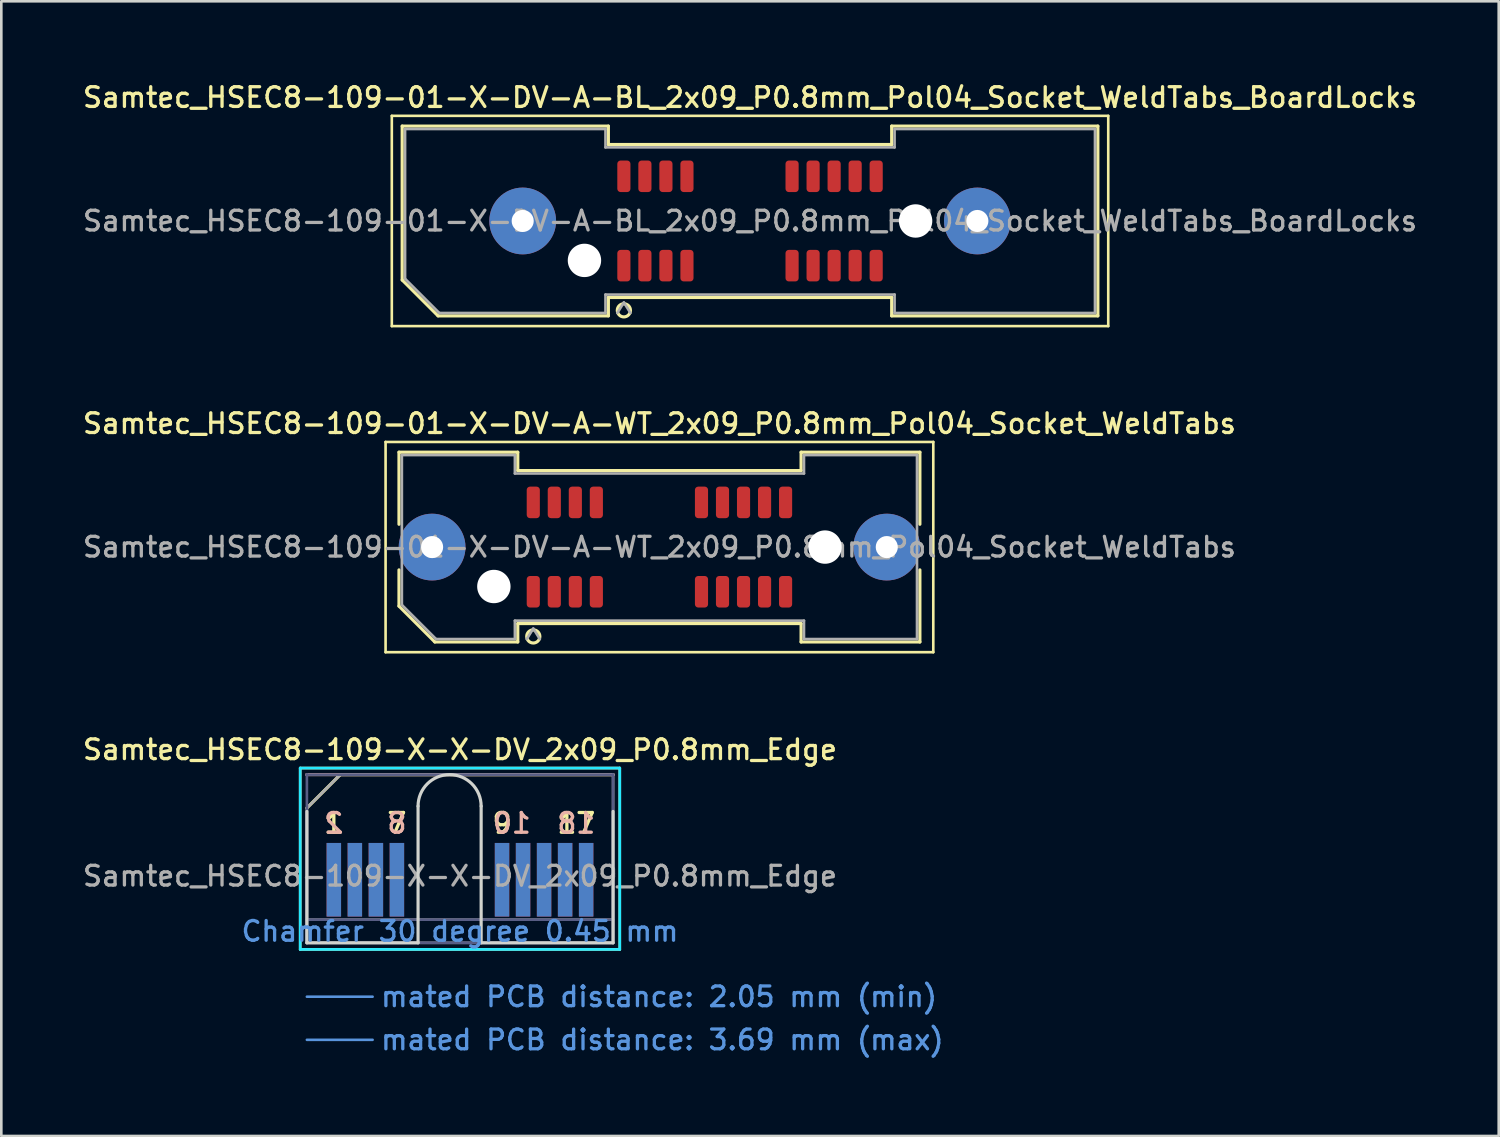
<source format=kicad_pcb>
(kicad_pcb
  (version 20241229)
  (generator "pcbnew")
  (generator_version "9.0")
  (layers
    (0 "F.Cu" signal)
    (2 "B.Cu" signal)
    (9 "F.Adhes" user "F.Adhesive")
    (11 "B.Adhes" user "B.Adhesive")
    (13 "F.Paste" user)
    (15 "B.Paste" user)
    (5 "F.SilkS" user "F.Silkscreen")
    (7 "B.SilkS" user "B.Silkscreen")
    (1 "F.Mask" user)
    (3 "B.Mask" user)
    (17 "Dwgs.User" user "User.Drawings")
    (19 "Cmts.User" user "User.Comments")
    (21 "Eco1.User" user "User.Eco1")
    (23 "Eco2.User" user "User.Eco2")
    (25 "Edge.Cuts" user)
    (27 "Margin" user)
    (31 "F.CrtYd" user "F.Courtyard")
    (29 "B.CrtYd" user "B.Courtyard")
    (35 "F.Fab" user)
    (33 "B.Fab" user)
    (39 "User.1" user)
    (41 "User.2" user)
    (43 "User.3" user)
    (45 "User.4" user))
  (footprint "Samtec_HSEC8-109-01-X-DV-A-BL_2x09_P0.8mm_Pol04_Socket_WeldTabs_BoardLocks"
    (layer "F.Cu")
    (at 25.488 5.358)
    (property "Reference" "Samtec_HSEC8-109-01-X-DV-A-BL_2x09_P0.8mm_Pol04_Socket_WeldTabs_BoardLocks" (at 0 -4.7 0) (layer "F.SilkS") (effects (font (size 0.75 0.75) (thickness 0.125))))
    (attr smd)
    (fp_line (start -13.63 -4) (end -13.63 4) (stroke (width 0.1) (type solid)) (layer "F.SilkS"))
    (fp_line (start -13.63 4) (end 13.63 4) (stroke (width 0.1) (type solid)) (layer "F.SilkS"))
    (fp_line (start -13.235 -3.61) (end -5.39 -3.61) (stroke (width 0.12) (type solid)) (layer "F.SilkS"))
    (fp_line (start -13.235 2.246) (end -13.235 -3.61) (stroke (width 0.12) (type solid)) (layer "F.SilkS"))
    (fp_line (start -11.871 3.61) (end -13.235 2.246) (stroke (width 0.12) (type solid)) (layer "F.SilkS"))
    (fp_line (start -5.39 -3.61) (end -5.39 -2.91) (stroke (width 0.12) (type solid)) (layer "F.SilkS"))
    (fp_line (start -5.39 -2.91) (end 5.39 -2.91) (stroke (width 0.12) (type solid)) (layer "F.SilkS"))
    (fp_line (start -5.39 2.91) (end -5.39 3.61) (stroke (width 0.12) (type solid)) (layer "F.SilkS"))
    (fp_line (start -5.39 3.61) (end -11.871 3.61) (stroke (width 0.12) (type solid)) (layer "F.SilkS"))
    (fp_line (start 5.39 -3.61) (end 13.235 -3.61) (stroke (width 0.12) (type solid)) (layer "F.SilkS"))
    (fp_line (start 5.39 -2.91) (end 5.39 -3.61) (stroke (width 0.12) (type solid)) (layer "F.SilkS"))
    (fp_line (start 5.39 2.91) (end -5.39 2.91) (stroke (width 0.12) (type solid)) (layer "F.SilkS"))
    (fp_line (start 5.39 3.61) (end 5.39 2.91) (stroke (width 0.12) (type solid)) (layer "F.SilkS"))
    (fp_line (start 13.235 -3.61) (end 13.235 3.61) (stroke (width 0.12) (type solid)) (layer "F.SilkS"))
    (fp_line (start 13.235 3.61) (end 5.39 3.61) (stroke (width 0.12) (type solid)) (layer "F.SilkS"))
    (fp_line (start 13.63 -4) (end -13.63 -4) (stroke (width 0.1) (type solid)) (layer "F.SilkS"))
    (fp_line (start 13.63 4) (end 13.63 -4) (stroke (width 0.1) (type solid)) (layer "F.SilkS"))
    (fp_circle (center -4.8 3.4) (end -4.55 3.4) (stroke (width 0.12) (type solid)) (fill no) (layer "F.SilkS"))
    (fp_line (start -13.125 -3.5) (end -5.5 -3.5) (stroke (width 0.1) (type solid)) (layer "F.Fab"))
    (fp_line (start -13.125 2.2) (end -13.125 -3.5) (stroke (width 0.1) (type solid)) (layer "F.Fab"))
    (fp_line (start -11.825 3.5) (end -13.125 2.2) (stroke (width 0.1) (type solid)) (layer "F.Fab"))
    (fp_line (start -5.5 -3.5) (end -5.5 -2.8) (stroke (width 0.1) (type solid)) (layer "F.Fab"))
    (fp_line (start -5.5 -2.8) (end 5.5 -2.8) (stroke (width 0.1) (type solid)) (layer "F.Fab"))
    (fp_line (start -5.5 2.8) (end -5.5 3.5) (stroke (width 0.1) (type solid)) (layer "F.Fab"))
    (fp_line (start -5.5 3.5) (end -11.825 3.5) (stroke (width 0.1) (type solid)) (layer "F.Fab"))
    (fp_line (start -4.8 3.1) (end -5.05 3.5) (stroke (width 0.1) (type solid)) (layer "F.Fab"))
    (fp_line (start -4.8 3.1) (end -4.55 3.5) (stroke (width 0.1) (type solid)) (layer "F.Fab"))
    (fp_line (start 5.5 -3.5) (end 13.125 -3.5) (stroke (width 0.1) (type solid)) (layer "F.Fab"))
    (fp_line (start 5.5 -2.8) (end 5.5 -3.5) (stroke (width 0.1) (type solid)) (layer "F.Fab"))
    (fp_line (start 5.5 2.8) (end -5.5 2.8) (stroke (width 0.1) (type solid)) (layer "F.Fab"))
    (fp_line (start 5.5 3.5) (end 5.5 2.8) (stroke (width 0.1) (type solid)) (layer "F.Fab"))
    (fp_line (start 13.125 -3.5) (end 13.125 3.5) (stroke (width 0.1) (type solid)) (layer "F.Fab"))
    (fp_line (start 13.125 3.5) (end 5.5 3.5) (stroke (width 0.1) (type solid)) (layer "F.Fab"))
    (fp_text user "${REFERENCE}" (at 0 0 0) (layer "F.Fab") (effects (font (size 0.75 0.75) (thickness 0.125))))
    (pad "" thru_hole circle (at -8.65 0) (size 2.54 2.54) (drill 0.84) (layers "*.Cu" "*.Mask" "F.Paste"))
    (pad "" np_thru_hole circle (at -6.3 1.5) (size 1.27 1.27) (drill 1.27) (layers "*.Cu" "*.Mask"))
    (pad "" np_thru_hole circle (at 6.3 0) (size 1.27 1.27) (drill 1.27) (layers "*.Cu" "*.Mask"))
    (pad "" thru_hole circle (at 8.65 0) (size 2.54 2.54) (drill 0.84) (layers "*.Cu" "*.Mask" "F.Paste"))
    (pad "1" smd roundrect (at -4.8 1.7) (size 0.5 1.2) (layers "F.Cu" "F.Mask" "F.Paste") (roundrect_rratio 0.25))
    (pad "2" smd roundrect (at -4.8 -1.7) (size 0.5 1.2) (layers "F.Cu" "F.Mask" "F.Paste") (roundrect_rratio 0.25))
    (pad "3" smd roundrect (at -4 1.7) (size 0.5 1.2) (layers "F.Cu" "F.Mask" "F.Paste") (roundrect_rratio 0.25))
    (pad "4" smd roundrect (at -4 -1.7) (size 0.5 1.2) (layers "F.Cu" "F.Mask" "F.Paste") (roundrect_rratio 0.25))
    (pad "5" smd roundrect (at -3.2 1.7) (size 0.5 1.2) (layers "F.Cu" "F.Mask" "F.Paste") (roundrect_rratio 0.25))
    (pad "6" smd roundrect (at -3.2 -1.7) (size 0.5 1.2) (layers "F.Cu" "F.Mask" "F.Paste") (roundrect_rratio 0.25))
    (pad "7" smd roundrect (at -2.4 1.7) (size 0.5 1.2) (layers "F.Cu" "F.Mask" "F.Paste") (roundrect_rratio 0.25))
    (pad "8" smd roundrect (at -2.4 -1.7) (size 0.5 1.2) (layers "F.Cu" "F.Mask" "F.Paste") (roundrect_rratio 0.25))
    (pad "9" smd roundrect (at 1.6 1.7) (size 0.5 1.2) (layers "F.Cu" "F.Mask" "F.Paste") (roundrect_rratio 0.25))
    (pad "10" smd roundrect (at 1.6 -1.7) (size 0.5 1.2) (layers "F.Cu" "F.Mask" "F.Paste") (roundrect_rratio 0.25))
    (pad "11" smd roundrect (at 2.4 1.7) (size 0.5 1.2) (layers "F.Cu" "F.Mask" "F.Paste") (roundrect_rratio 0.25))
    (pad "12" smd roundrect (at 2.4 -1.7) (size 0.5 1.2) (layers "F.Cu" "F.Mask" "F.Paste") (roundrect_rratio 0.25))
    (pad "13" smd roundrect (at 3.2 1.7) (size 0.5 1.2) (layers "F.Cu" "F.Mask" "F.Paste") (roundrect_rratio 0.25))
    (pad "14" smd roundrect (at 3.2 -1.7) (size 0.5 1.2) (layers "F.Cu" "F.Mask" "F.Paste") (roundrect_rratio 0.25))
    (pad "15" smd roundrect (at 4 1.7) (size 0.5 1.2) (layers "F.Cu" "F.Mask" "F.Paste") (roundrect_rratio 0.25))
    (pad "16" smd roundrect (at 4 -1.7) (size 0.5 1.2) (layers "F.Cu" "F.Mask" "F.Paste") (roundrect_rratio 0.25))
    (pad "17" smd roundrect (at 4.8 1.7) (size 0.5 1.2) (layers "F.Cu" "F.Mask" "F.Paste") (roundrect_rratio 0.25))
    (pad "18" smd roundrect (at 4.8 -1.7) (size 0.5 1.2) (layers "F.Cu" "F.Mask" "F.Paste") (roundrect_rratio 0.25)))
  (footprint "Samtec_HSEC8-109-01-X-DV-A-WT_2x09_P0.8mm_Pol04_Socket_WeldTabs"
    (layer "F.Cu")
    (at 22.041 17.766)
    (property "Reference" "Samtec_HSEC8-109-01-X-DV-A-WT_2x09_P0.8mm_Pol04_Socket_WeldTabs" (at 0 -4.7 0) (layer "F.SilkS") (effects (font (size 0.75 0.75) (thickness 0.125))))
    (attr smd)
    (fp_line (start -10.42 -4) (end -10.42 4) (stroke (width 0.1) (type solid)) (layer "F.SilkS"))
    (fp_line (start -10.42 4) (end 10.42 4) (stroke (width 0.1) (type solid)) (layer "F.SilkS"))
    (fp_line (start -9.91 -3.61) (end -5.39 -3.61) (stroke (width 0.12) (type solid)) (layer "F.SilkS"))
    (fp_line (start -9.91 -0.868) (end -9.91 -3.61) (stroke (width 0.12) (type solid)) (layer "F.SilkS"))
    (fp_line (start -9.91 2.246) (end -9.91 0.868) (stroke (width 0.12) (type solid)) (layer "F.SilkS"))
    (fp_line (start -8.546 3.61) (end -9.91 2.246) (stroke (width 0.12) (type solid)) (layer "F.SilkS"))
    (fp_line (start -5.39 -3.61) (end -5.39 -2.91) (stroke (width 0.12) (type solid)) (layer "F.SilkS"))
    (fp_line (start -5.39 -2.91) (end 5.39 -2.91) (stroke (width 0.12) (type solid)) (layer "F.SilkS"))
    (fp_line (start -5.39 2.91) (end -5.39 3.61) (stroke (width 0.12) (type solid)) (layer "F.SilkS"))
    (fp_line (start -5.39 3.61) (end -8.546 3.61) (stroke (width 0.12) (type solid)) (layer "F.SilkS"))
    (fp_line (start 5.39 -3.61) (end 9.91 -3.61) (stroke (width 0.12) (type solid)) (layer "F.SilkS"))
    (fp_line (start 5.39 -2.91) (end 5.39 -3.61) (stroke (width 0.12) (type solid)) (layer "F.SilkS"))
    (fp_line (start 5.39 2.91) (end -5.39 2.91) (stroke (width 0.12) (type solid)) (layer "F.SilkS"))
    (fp_line (start 5.39 3.61) (end 5.39 2.91) (stroke (width 0.12) (type solid)) (layer "F.SilkS"))
    (fp_line (start 9.91 -3.61) (end 9.91 -0.868) (stroke (width 0.12) (type solid)) (layer "F.SilkS"))
    (fp_line (start 9.91 0.868) (end 9.91 3.61) (stroke (width 0.12) (type solid)) (layer "F.SilkS"))
    (fp_line (start 9.91 3.61) (end 5.39 3.61) (stroke (width 0.12) (type solid)) (layer "F.SilkS"))
    (fp_line (start 10.42 -4) (end -10.42 -4) (stroke (width 0.1) (type solid)) (layer "F.SilkS"))
    (fp_line (start 10.42 4) (end 10.42 -4) (stroke (width 0.1) (type solid)) (layer "F.SilkS"))
    (fp_arc (start -4.55 3.4) (mid -5.05 3.4) (end -4.55 3.4) (stroke (width 0.12) (type solid)) (layer "F.SilkS"))
    (fp_line (start -9.8 -3.5) (end -5.5 -3.5) (stroke (width 0.1) (type solid)) (layer "F.Fab"))
    (fp_line (start -9.8 2.2) (end -9.8 -3.5) (stroke (width 0.1) (type solid)) (layer "F.Fab"))
    (fp_line (start -8.5 3.5) (end -9.8 2.2) (stroke (width 0.1) (type solid)) (layer "F.Fab"))
    (fp_line (start -5.5 -3.5) (end -5.5 -2.8) (stroke (width 0.1) (type solid)) (layer "F.Fab"))
    (fp_line (start -5.5 -2.8) (end 5.5 -2.8) (stroke (width 0.1) (type solid)) (layer "F.Fab"))
    (fp_line (start -5.5 2.8) (end -5.5 3.5) (stroke (width 0.1) (type solid)) (layer "F.Fab"))
    (fp_line (start -5.5 3.5) (end -8.5 3.5) (stroke (width 0.1) (type solid)) (layer "F.Fab"))
    (fp_line (start -4.8 3.1) (end -5.05 3.5) (stroke (width 0.1) (type solid)) (layer "F.Fab"))
    (fp_line (start -4.8 3.1) (end -4.55 3.5) (stroke (width 0.1) (type solid)) (layer "F.Fab"))
    (fp_line (start 5.5 -3.5) (end 9.8 -3.5) (stroke (width 0.1) (type solid)) (layer "F.Fab"))
    (fp_line (start 5.5 -2.8) (end 5.5 -3.5) (stroke (width 0.1) (type solid)) (layer "F.Fab"))
    (fp_line (start 5.5 2.8) (end -5.5 2.8) (stroke (width 0.1) (type solid)) (layer "F.Fab"))
    (fp_line (start 5.5 3.5) (end 5.5 2.8) (stroke (width 0.1) (type solid)) (layer "F.Fab"))
    (fp_line (start 9.8 -3.5) (end 9.8 3.5) (stroke (width 0.1) (type solid)) (layer "F.Fab"))
    (fp_line (start 9.8 3.5) (end 5.5 3.5) (stroke (width 0.1) (type solid)) (layer "F.Fab"))
    (fp_text user "${REFERENCE}" (at 0 0 0) (layer "F.Fab") (effects (font (size 0.75 0.75) (thickness 0.125))))
    (pad "" thru_hole circle (at -8.65 0) (size 2.54 2.54) (drill 0.84) (layers "*.Cu" "*.Mask" "F.Paste"))
    (pad "" np_thru_hole circle (at -6.3 1.5) (size 1.27 1.27) (drill 1.27) (layers "*.Cu" "*.Mask"))
    (pad "" np_thru_hole circle (at 6.3 0) (size 1.27 1.27) (drill 1.27) (layers "*.Cu" "*.Mask"))
    (pad "" thru_hole circle (at 8.65 0) (size 2.54 2.54) (drill 0.84) (layers "*.Cu" "*.Mask" "F.Paste"))
    (pad "1" smd roundrect (at -4.8 1.7) (size 0.5 1.2) (layers "F.Cu" "F.Mask" "F.Paste") (roundrect_rratio 0.25))
    (pad "2" smd roundrect (at -4.8 -1.7) (size 0.5 1.2) (layers "F.Cu" "F.Mask" "F.Paste") (roundrect_rratio 0.25))
    (pad "3" smd roundrect (at -4 1.7) (size 0.5 1.2) (layers "F.Cu" "F.Mask" "F.Paste") (roundrect_rratio 0.25))
    (pad "4" smd roundrect (at -4 -1.7) (size 0.5 1.2) (layers "F.Cu" "F.Mask" "F.Paste") (roundrect_rratio 0.25))
    (pad "5" smd roundrect (at -3.2 1.7) (size 0.5 1.2) (layers "F.Cu" "F.Mask" "F.Paste") (roundrect_rratio 0.25))
    (pad "6" smd roundrect (at -3.2 -1.7) (size 0.5 1.2) (layers "F.Cu" "F.Mask" "F.Paste") (roundrect_rratio 0.25))
    (pad "7" smd roundrect (at -2.4 1.7) (size 0.5 1.2) (layers "F.Cu" "F.Mask" "F.Paste") (roundrect_rratio 0.25))
    (pad "8" smd roundrect (at -2.4 -1.7) (size 0.5 1.2) (layers "F.Cu" "F.Mask" "F.Paste") (roundrect_rratio 0.25))
    (pad "9" smd roundrect (at 1.6 1.7) (size 0.5 1.2) (layers "F.Cu" "F.Mask" "F.Paste") (roundrect_rratio 0.25))
    (pad "10" smd roundrect (at 1.6 -1.7) (size 0.5 1.2) (layers "F.Cu" "F.Mask" "F.Paste") (roundrect_rratio 0.25))
    (pad "11" smd roundrect (at 2.4 1.7) (size 0.5 1.2) (layers "F.Cu" "F.Mask" "F.Paste") (roundrect_rratio 0.25))
    (pad "12" smd roundrect (at 2.4 -1.7) (size 0.5 1.2) (layers "F.Cu" "F.Mask" "F.Paste") (roundrect_rratio 0.25))
    (pad "13" smd roundrect (at 3.2 1.7) (size 0.5 1.2) (layers "F.Cu" "F.Mask" "F.Paste") (roundrect_rratio 0.25))
    (pad "14" smd roundrect (at 3.2 -1.7) (size 0.5 1.2) (layers "F.Cu" "F.Mask" "F.Paste") (roundrect_rratio 0.25))
    (pad "15" smd roundrect (at 4 1.7) (size 0.5 1.2) (layers "F.Cu" "F.Mask" "F.Paste") (roundrect_rratio 0.25))
    (pad "16" smd roundrect (at 4 -1.7) (size 0.5 1.2) (layers "F.Cu" "F.Mask" "F.Paste") (roundrect_rratio 0.25))
    (pad "17" smd roundrect (at 4.8 1.7) (size 0.5 1.2) (layers "F.Cu" "F.Mask" "F.Paste") (roundrect_rratio 0.25))
    (pad "18" smd roundrect (at 4.8 -1.7) (size 0.5 1.2) (layers "F.Cu" "F.Mask" "F.Paste") (roundrect_rratio 0.25)))
  (footprint "Samtec_HSEC8-109-X-X-DV_2x09_P0.8mm_Edge"
    (layer "F.Cu")
    (at 14.452 32.824)
    (property "Reference" "Samtec_HSEC8-109-X-X-DV_2x09_P0.8mm_Edge" (at 0 -7.35 0) (layer "F.SilkS") (effects (font (size 0.75 0.75) (thickness 0.125))))
    (attr exclude_from_pos_files exclude_from_bom)
    (fp_line (start -6.08 -6.65) (end -6.08 0.25) (stroke (width 0.1) (type solid)) (layer "F.SilkS"))
    (fp_line (start -6.08 0.25) (end 6.08 0.25) (stroke (width 0.1) (type solid)) (layer "F.SilkS"))
    (fp_line (start -5.825 -5.13) (end -4.555 -6.4) (stroke (width 0.12) (type solid)) (layer "F.SilkS"))
    (fp_line (start -4.555 -6.4) (end 5.825 -6.4) (stroke (width 0.12) (type solid)) (layer "F.SilkS"))
    (fp_line (start 6.08 -6.65) (end -6.08 -6.65) (stroke (width 0.1) (type solid)) (layer "F.SilkS"))
    (fp_line (start 6.08 0.25) (end 6.08 -6.65) (stroke (width 0.1) (type solid)) (layer "F.SilkS"))
    (fp_line (start -5.825 -6.4) (end -5.825 -6.4) (stroke (width 0.12) (type solid)) (layer "B.SilkS"))
    (fp_line (start -5.825 -6.4) (end 5.825 -6.4) (stroke (width 0.12) (type solid)) (layer "B.SilkS"))
    (fp_line (start -5.825 2.05) (end -3.325 2.05) (stroke (width 0.1) (type solid)) (layer "Cmts.User"))
    (fp_line (start -5.825 3.69) (end -3.325 3.69) (stroke (width 0.1) (type solid)) (layer "Cmts.User"))
    (fp_line (start -5.825 -5) (end -5.825 0) (stroke (width 0.12) (type solid)) (layer "Edge.Cuts"))
    (fp_line (start -5.825 0) (end -1.595 0) (stroke (width 0.12) (type solid)) (layer "Edge.Cuts"))
    (fp_line (start -1.595 0) (end -1.595 -5.2) (stroke (width 0.12) (type solid)) (layer "Edge.Cuts"))
    (fp_line (start 0.805 -5.2) (end 0.805 0) (stroke (width 0.12) (type solid)) (layer "Edge.Cuts"))
    (fp_line (start 0.805 0) (end 5.825 0) (stroke (width 0.12) (type solid)) (layer "Edge.Cuts"))
    (fp_line (start 5.825 0) (end 5.825 -5) (stroke (width 0.12) (type solid)) (layer "Edge.Cuts"))
    (fp_arc (start -1.595 -5.2) (mid -0.395 -6.4) (end 0.805 -5.2) (stroke (width 0.12) (type solid)) (layer "Edge.Cuts"))
    (fp_line (start -6.08 -6.65) (end -6.08 0.25) (stroke (width 0.1) (type solid)) (layer "B.CrtYd"))
    (fp_line (start -6.08 0.25) (end 6.08 0.25) (stroke (width 0.1) (type solid)) (layer "B.CrtYd"))
    (fp_line (start 6.08 -6.65) (end -6.08 -6.65) (stroke (width 0.1) (type solid)) (layer "B.CrtYd"))
    (fp_line (start 6.08 0.25) (end 6.08 -6.65) (stroke (width 0.1) (type solid)) (layer "B.CrtYd"))
    (fp_line (start -5.825 -6.4) (end -5.825 -6.4) (stroke (width 0.1) (type solid)) (layer "B.Fab"))
    (fp_line (start -5.825 -6.4) (end -5.825 0) (stroke (width 0.1) (type solid)) (layer "B.Fab"))
    (fp_line (start -5.825 -6.4) (end 5.825 -6.4) (stroke (width 0.1) (type solid)) (layer "B.Fab"))
    (fp_line (start -5.825 -0.88) (end 5.825 -0.88) (stroke (width 0.1) (type solid)) (layer "B.Fab"))
    (fp_line (start -5.825 0) (end 5.825 0) (stroke (width 0.1) (type solid)) (layer "B.Fab"))
    (fp_line (start 5.825 -6.4) (end 5.825 0) (stroke (width 0.1) (type solid)) (layer "B.Fab"))
    (fp_line (start -5.825 -5.13) (end -5.825 0) (stroke (width 0.1) (type solid)) (layer "F.Fab"))
    (fp_line (start -5.825 -5.13) (end -4.555 -6.4) (stroke (width 0.1) (type solid)) (layer "F.Fab"))
    (fp_line (start -5.825 -0.88) (end 5.825 -0.88) (stroke (width 0.1) (type solid)) (layer "F.Fab"))
    (fp_line (start -5.825 0) (end 5.825 0) (stroke (width 0.1) (type solid)) (layer "F.Fab"))
    (fp_line (start -4.555 -6.4) (end 5.825 -6.4) (stroke (width 0.1) (type solid)) (layer "F.Fab"))
    (fp_line (start 5.825 -6.4) (end 5.825 0) (stroke (width 0.1) (type solid)) (layer "F.Fab"))
    (fp_text user "7" (at -2.4 -4.55 0) (layer "F.SilkS") (effects (font (size 0.75 0.75) (thickness 0.125))))
    (fp_text user "17" (at 4.425 -4.55 0) (layer "F.SilkS") (effects (font (size 0.75 0.75) (thickness 0.125))))
    (fp_text user "1" (at -4.8 -4.55 0) (layer "F.SilkS") (effects (font (size 0.75 0.75) (thickness 0.125))))
    (fp_text user "9" (at 1.6 -4.55 0) (layer "F.SilkS") (effects (font (size 0.75 0.75) (thickness 0.125))))
    (fp_text user "18" (at 4.425 -4.55 0) (layer "B.SilkS") (effects (font (size 0.75 0.75) (thickness 0.125)) (justify mirror)))
    (fp_text user "8" (at -2.4 -4.55 0) (layer "B.SilkS") (effects (font (size 0.75 0.75) (thickness 0.125)) (justify mirror)))
    (fp_text user "10" (at 1.975 -4.55 0) (layer "B.SilkS") (effects (font (size 0.75 0.75) (thickness 0.125)) (justify mirror)))
    (fp_text user "2" (at -4.8 -4.55 0) (layer "B.SilkS") (effects (font (size 0.75 0.75) (thickness 0.125)) (justify mirror)))
    (fp_text user "mated PCB distance: 2.05 mm (min)" (at -3.08 2.05 0) (layer "Cmts.User") (effects (font (size 0.75 0.75) (thickness 0.125)) (justify left)))
    (fp_text user "mated PCB distance: 3.69 mm (max)" (at -3.08 3.69 0) (layer "Cmts.User") (effects (font (size 0.75 0.75) (thickness 0.125)) (justify left)))
    (fp_text user "Chamfer 30 degree 0.45 mm" (at 0 -0.44 0) (layer "Cmts.User") (effects (font (size 0.75 0.75) (thickness 0.125))))
    (fp_text user "${REFERENCE}" (at 0 -2.54 0) (layer "F.Fab") (effects (font (size 0.75 0.75) (thickness 0.125))))
    (pad "1" connect rect (at -4.8 -2.4) (size 0.55 2.8) (layers "F.Cu" "F.Mask"))
    (pad "2" connect rect (at -4.8 -2.4) (size 0.55 2.8) (layers "B.Cu" "B.Mask"))
    (pad "3" connect rect (at -4 -2.4) (size 0.55 2.8) (layers "F.Cu" "F.Mask"))
    (pad "4" connect rect (at -4 -2.4) (size 0.55 2.8) (layers "B.Cu" "B.Mask"))
    (pad "5" connect rect (at -3.2 -2.4) (size 0.55 2.8) (layers "F.Cu" "F.Mask"))
    (pad "6" connect rect (at -3.2 -2.4) (size 0.55 2.8) (layers "B.Cu" "B.Mask"))
    (pad "7" connect rect (at -2.4 -2.4) (size 0.55 2.8) (layers "F.Cu" "F.Mask"))
    (pad "8" connect rect (at -2.4 -2.4) (size 0.55 2.8) (layers "B.Cu" "B.Mask"))
    (pad "9" connect rect (at 1.6 -2.4) (size 0.55 2.8) (layers "F.Cu" "F.Mask"))
    (pad "10" connect rect (at 1.6 -2.4) (size 0.55 2.8) (layers "B.Cu" "B.Mask"))
    (pad "11" connect rect (at 2.4 -2.4) (size 0.55 2.8) (layers "F.Cu" "F.Mask"))
    (pad "12" connect rect (at 2.4 -2.4) (size 0.55 2.8) (layers "B.Cu" "B.Mask"))
    (pad "13" connect rect (at 3.2 -2.4) (size 0.55 2.8) (layers "F.Cu" "F.Mask"))
    (pad "14" connect rect (at 3.2 -2.4) (size 0.55 2.8) (layers "B.Cu" "B.Mask"))
    (pad "15" connect rect (at 4 -2.4) (size 0.55 2.8) (layers "F.Cu" "F.Mask"))
    (pad "16" connect rect (at 4 -2.4) (size 0.55 2.8) (layers "B.Cu" "B.Mask"))
    (pad "17" connect rect (at 4.8 -2.4) (size 0.55 2.8) (layers "F.Cu" "F.Mask"))
    (pad "18" connect rect (at 4.8 -2.4) (size 0.55 2.8) (layers "B.Cu" "B.Mask")))
  (gr_rect
    (start -3 -3)
    (end 53.975 40.172)
    (stroke (width 0.1) (type default))
    (fill no)
    (layer "Edge.Cuts")))
</source>
